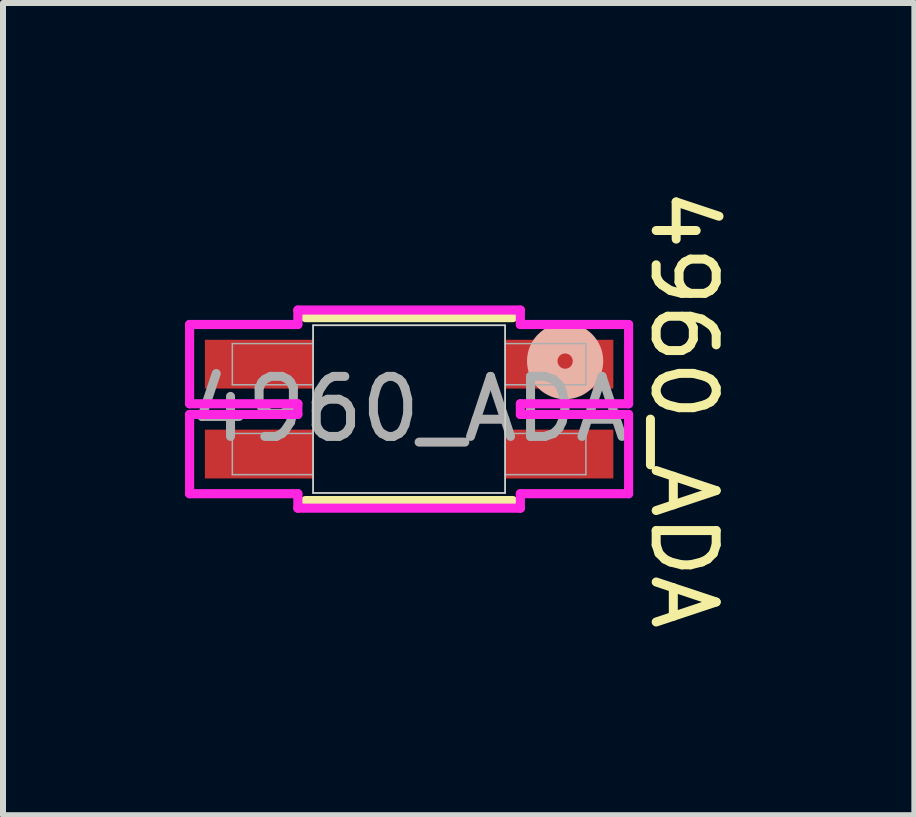
<source format=kicad_pcb>
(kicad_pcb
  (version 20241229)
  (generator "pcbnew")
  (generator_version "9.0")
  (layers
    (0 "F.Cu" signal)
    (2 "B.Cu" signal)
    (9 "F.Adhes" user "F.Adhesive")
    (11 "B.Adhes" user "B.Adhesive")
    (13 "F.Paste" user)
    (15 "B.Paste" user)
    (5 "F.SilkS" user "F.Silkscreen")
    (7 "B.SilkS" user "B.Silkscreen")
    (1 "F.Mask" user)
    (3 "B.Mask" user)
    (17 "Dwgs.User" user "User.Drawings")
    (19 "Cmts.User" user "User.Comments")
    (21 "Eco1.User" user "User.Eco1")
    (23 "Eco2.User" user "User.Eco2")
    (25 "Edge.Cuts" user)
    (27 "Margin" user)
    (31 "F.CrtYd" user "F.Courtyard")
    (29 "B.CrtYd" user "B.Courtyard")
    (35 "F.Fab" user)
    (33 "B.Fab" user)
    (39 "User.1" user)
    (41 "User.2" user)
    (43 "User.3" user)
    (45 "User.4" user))
  (footprint "4960_ADA"
    (layer "F.Cu")
    (at 3.768 3.768)
    (property "Reference" "4960_ADA" (at 4.572 0 270) (unlocked yes) (layer "F.SilkS") (effects (font (size 1 1) (thickness 0.15))))
    (attr smd)
    (fp_line (start -1.727 -1.524) (end 1.727 -1.524) (stroke (width 0.152) (type solid)) (layer "F.SilkS"))
    (fp_line (start 1.727 1.524) (end -1.727 1.524) (stroke (width 0.152) (type solid)) (layer "F.SilkS"))
    (fp_circle (center 2.6 -0.8) (end 2.981 -0.8) (stroke (width 0.508) (type solid)) (fill no) (layer "B.SilkS"))
    (fp_line (start -1.6 -1.397) (end -1.6 1.397) (stroke (width 0.025) (type solid)) (layer "Edge.Cuts"))
    (fp_line (start -1.6 -1.397) (end 1.6 -1.397) (stroke (width 0.025) (type solid)) (layer "Edge.Cuts"))
    (fp_line (start -1.6 1.397) (end 1.6 1.397) (stroke (width 0.025) (type solid)) (layer "Edge.Cuts"))
    (fp_line (start 1.6 1.397) (end 1.6 -1.397) (stroke (width 0.025) (type solid)) (layer "Edge.Cuts"))
    (fp_line (start -3.658 -1.41) (end -3.658 -0.089) (stroke (width 0.152) (type solid)) (layer "F.CrtYd"))
    (fp_line (start -3.658 -0.089) (end -1.854 -0.089) (stroke (width 0.152) (type solid)) (layer "F.CrtYd"))
    (fp_line (start -3.658 0.089) (end -3.658 1.41) (stroke (width 0.152) (type solid)) (layer "F.CrtYd"))
    (fp_line (start -3.658 1.41) (end -1.854 1.41) (stroke (width 0.152) (type solid)) (layer "F.CrtYd"))
    (fp_line (start -1.854 -1.651) (end -1.854 -1.41) (stroke (width 0.152) (type solid)) (layer "F.CrtYd"))
    (fp_line (start -1.854 -1.41) (end -3.658 -1.41) (stroke (width 0.152) (type solid)) (layer "F.CrtYd"))
    (fp_line (start -1.854 -0.089) (end -1.854 0.089) (stroke (width 0.152) (type solid)) (layer "F.CrtYd"))
    (fp_line (start -1.854 0.089) (end -3.658 0.089) (stroke (width 0.152) (type solid)) (layer "F.CrtYd"))
    (fp_line (start -1.854 1.41) (end -1.854 1.651) (stroke (width 0.152) (type solid)) (layer "F.CrtYd"))
    (fp_line (start -1.854 1.651) (end 1.854 1.651) (stroke (width 0.152) (type solid)) (layer "F.CrtYd"))
    (fp_line (start 1.854 -1.651) (end -1.854 -1.651) (stroke (width 0.152) (type solid)) (layer "F.CrtYd"))
    (fp_line (start 1.854 -1.41) (end 1.854 -1.651) (stroke (width 0.152) (type solid)) (layer "F.CrtYd"))
    (fp_line (start 1.854 -0.089) (end 3.658 -0.089) (stroke (width 0.152) (type solid)) (layer "F.CrtYd"))
    (fp_line (start 1.854 0.089) (end 1.854 -0.089) (stroke (width 0.152) (type solid)) (layer "F.CrtYd"))
    (fp_line (start 1.854 1.41) (end 3.658 1.41) (stroke (width 0.152) (type solid)) (layer "F.CrtYd"))
    (fp_line (start 1.854 1.651) (end 1.854 1.41) (stroke (width 0.152) (type solid)) (layer "F.CrtYd"))
    (fp_line (start 3.658 -1.41) (end 1.854 -1.41) (stroke (width 0.152) (type solid)) (layer "F.CrtYd"))
    (fp_line (start 3.658 -0.089) (end 3.658 -1.41) (stroke (width 0.152) (type solid)) (layer "F.CrtYd"))
    (fp_line (start 3.658 0.089) (end 1.854 0.089) (stroke (width 0.152) (type solid)) (layer "F.CrtYd"))
    (fp_line (start 3.658 1.41) (end 3.658 0.089) (stroke (width 0.152) (type solid)) (layer "F.CrtYd"))
    (fp_line (start -2.946 -1.092) (end -2.946 -0.406) (stroke (width 0.025) (type solid)) (layer "F.Fab"))
    (fp_line (start -2.946 -0.406) (end -1.6 -0.406) (stroke (width 0.025) (type solid)) (layer "F.Fab"))
    (fp_line (start -2.946 0.406) (end -2.946 1.092) (stroke (width 0.025) (type solid)) (layer "F.Fab"))
    (fp_line (start -2.946 1.092) (end -1.6 1.092) (stroke (width 0.025) (type solid)) (layer "F.Fab"))
    (fp_line (start -1.6 -1.397) (end -1.6 1.397) (stroke (width 0.025) (type solid)) (layer "F.Fab"))
    (fp_line (start -1.6 -1.092) (end -2.946 -1.092) (stroke (width 0.025) (type solid)) (layer "F.Fab"))
    (fp_line (start -1.6 0.406) (end -2.946 0.406) (stroke (width 0.025) (type solid)) (layer "F.Fab"))
    (fp_line (start -1.6 1.397) (end 1.6 1.397) (stroke (width 0.025) (type solid)) (layer "F.Fab"))
    (fp_line (start 1.6 -1.397) (end -1.6 -1.397) (stroke (width 0.025) (type solid)) (layer "F.Fab"))
    (fp_line (start 1.6 -0.406) (end 2.946 -0.406) (stroke (width 0.025) (type solid)) (layer "F.Fab"))
    (fp_line (start 1.6 1.092) (end 2.946 1.092) (stroke (width 0.025) (type solid)) (layer "F.Fab"))
    (fp_line (start 1.6 1.397) (end 1.6 -1.397) (stroke (width 0.025) (type solid)) (layer "F.Fab"))
    (fp_line (start 2.946 -1.092) (end 1.6 -1.092) (stroke (width 0.025) (type solid)) (layer "F.Fab"))
    (fp_line (start 2.946 -0.406) (end 2.946 -1.092) (stroke (width 0.025) (type solid)) (layer "F.Fab"))
    (fp_line (start 2.946 0.406) (end 1.6 0.406) (stroke (width 0.025) (type solid)) (layer "F.Fab"))
    (fp_line (start 2.946 1.092) (end 2.946 0.406) (stroke (width 0.025) (type solid)) (layer "F.Fab"))
    (fp_text user "${REFERENCE}" (at 0 0 0) (unlocked yes) (layer "F.Fab") (effects (font (size 1 1) (thickness 0.15))))
    (pad "1" smd rect (at -2.502 0.749) (size 1.803 0.813) (layers "F.Cu" "F.Mask" "F.Paste"))
    (pad "2" smd rect (at -2.502 -0.749) (size 1.803 0.813) (layers "F.Cu" "F.Mask" "F.Paste"))
    (pad "3" smd rect (at 2.502 -0.749) (size 1.803 0.813) (layers "F.Cu" "F.Mask" "F.Paste"))
    (pad "4" smd rect (at 2.502 0.749) (size 1.803 0.813) (layers "F.Cu" "F.Mask" "F.Paste")))
  (gr_rect
    (start -3 -3)
    (end 12.188 10.536)
    (stroke (width 0.1) (type default))
    (fill no)
    (layer "Edge.Cuts")))
</source>
